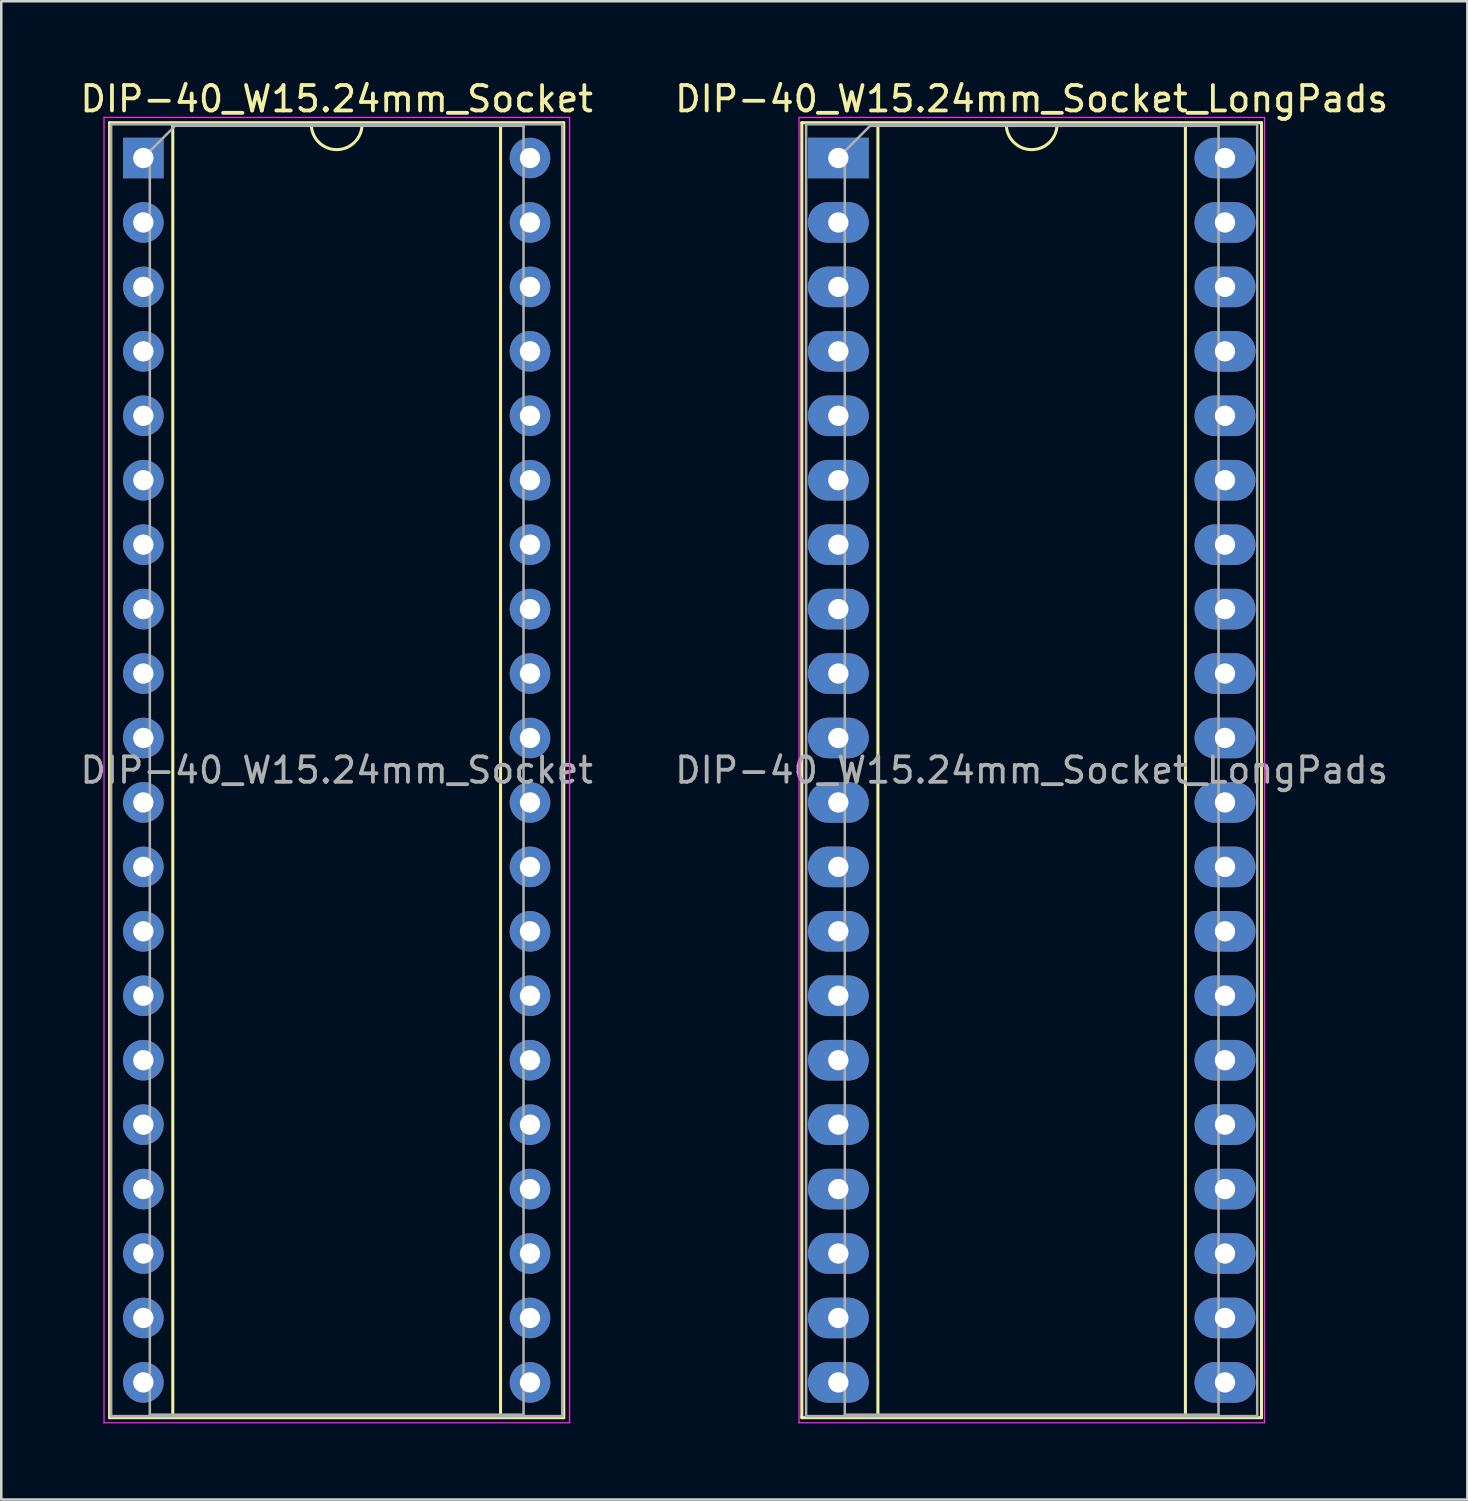
<source format=kicad_pcb>
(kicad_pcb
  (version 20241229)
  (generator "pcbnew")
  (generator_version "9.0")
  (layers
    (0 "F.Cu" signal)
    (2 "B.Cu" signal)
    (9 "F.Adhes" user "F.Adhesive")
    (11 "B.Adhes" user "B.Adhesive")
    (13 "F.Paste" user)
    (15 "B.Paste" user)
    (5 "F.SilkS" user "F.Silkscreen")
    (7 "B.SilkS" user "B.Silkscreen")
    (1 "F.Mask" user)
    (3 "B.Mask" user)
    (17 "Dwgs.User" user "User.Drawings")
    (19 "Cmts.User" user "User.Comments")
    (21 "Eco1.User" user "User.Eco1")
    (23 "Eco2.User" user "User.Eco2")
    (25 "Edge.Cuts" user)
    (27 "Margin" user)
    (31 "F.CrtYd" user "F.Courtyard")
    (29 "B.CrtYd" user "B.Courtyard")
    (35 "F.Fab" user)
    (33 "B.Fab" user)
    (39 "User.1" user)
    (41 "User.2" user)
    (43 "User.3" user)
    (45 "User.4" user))
  (footprint "DIP-40_W15.24mm_Socket"
    (layer "F.Cu")
    (at 2.6 3.178)
    (property "Reference" "DIP-40_W15.24mm_Socket" (at 7.62 -2.33 0) (layer "F.SilkS") (effects (font (size 1 1) (thickness 0.15))))
    (attr through_hole)
    (fp_line (start -1.33 -1.39) (end -1.33 49.65) (stroke (width 0.12) (type solid)) (layer "F.SilkS"))
    (fp_line (start -1.33 49.65) (end 16.57 49.65) (stroke (width 0.12) (type solid)) (layer "F.SilkS"))
    (fp_line (start 1.16 -1.33) (end 1.16 49.59) (stroke (width 0.12) (type solid)) (layer "F.SilkS"))
    (fp_line (start 1.16 49.59) (end 14.08 49.59) (stroke (width 0.12) (type solid)) (layer "F.SilkS"))
    (fp_line (start 6.62 -1.33) (end 1.16 -1.33) (stroke (width 0.12) (type solid)) (layer "F.SilkS"))
    (fp_line (start 14.08 -1.33) (end 8.62 -1.33) (stroke (width 0.12) (type solid)) (layer "F.SilkS"))
    (fp_line (start 14.08 49.59) (end 14.08 -1.33) (stroke (width 0.12) (type solid)) (layer "F.SilkS"))
    (fp_line (start 16.57 -1.39) (end -1.33 -1.39) (stroke (width 0.12) (type solid)) (layer "F.SilkS"))
    (fp_line (start 16.57 49.65) (end 16.57 -1.39) (stroke (width 0.12) (type solid)) (layer "F.SilkS"))
    (fp_arc (start 8.62 -1.33) (mid 7.62 -0.33) (end 6.62 -1.33) (stroke (width 0.12) (type solid)) (layer "F.SilkS"))
    (fp_line (start -1.55 -1.6) (end -1.55 49.85) (stroke (width 0.05) (type solid)) (layer "F.CrtYd"))
    (fp_line (start -1.55 49.85) (end 16.8 49.85) (stroke (width 0.05) (type solid)) (layer "F.CrtYd"))
    (fp_line (start 16.8 -1.6) (end -1.55 -1.6) (stroke (width 0.05) (type solid)) (layer "F.CrtYd"))
    (fp_line (start 16.8 49.85) (end 16.8 -1.6) (stroke (width 0.05) (type solid)) (layer "F.CrtYd"))
    (fp_line (start -1.27 -1.33) (end -1.27 49.59) (stroke (width 0.1) (type solid)) (layer "F.Fab"))
    (fp_line (start -1.27 49.59) (end 16.51 49.59) (stroke (width 0.1) (type solid)) (layer "F.Fab"))
    (fp_line (start 0.255 -0.27) (end 1.255 -1.27) (stroke (width 0.1) (type solid)) (layer "F.Fab"))
    (fp_line (start 0.255 49.53) (end 0.255 -0.27) (stroke (width 0.1) (type solid)) (layer "F.Fab"))
    (fp_line (start 1.255 -1.27) (end 14.985 -1.27) (stroke (width 0.1) (type solid)) (layer "F.Fab"))
    (fp_line (start 14.985 -1.27) (end 14.985 49.53) (stroke (width 0.1) (type solid)) (layer "F.Fab"))
    (fp_line (start 14.985 49.53) (end 0.255 49.53) (stroke (width 0.1) (type solid)) (layer "F.Fab"))
    (fp_line (start 16.51 -1.33) (end -1.27 -1.33) (stroke (width 0.1) (type solid)) (layer "F.Fab"))
    (fp_line (start 16.51 49.59) (end 16.51 -1.33) (stroke (width 0.1) (type solid)) (layer "F.Fab"))
    (fp_text user "${REFERENCE}" (at 7.62 24.13 0) (layer "F.Fab") (effects (font (size 1 1) (thickness 0.15))))
    (pad "1" thru_hole rect (at 0 0) (size 1.6 1.6) (drill 0.8) (layers "*.Cu" "*.Mask"))
    (pad "2" thru_hole oval (at 0 2.54) (size 1.6 1.6) (drill 0.8) (layers "*.Cu" "*.Mask"))
    (pad "3" thru_hole oval (at 0 5.08) (size 1.6 1.6) (drill 0.8) (layers "*.Cu" "*.Mask"))
    (pad "4" thru_hole oval (at 0 7.62) (size 1.6 1.6) (drill 0.8) (layers "*.Cu" "*.Mask"))
    (pad "5" thru_hole oval (at 0 10.16) (size 1.6 1.6) (drill 0.8) (layers "*.Cu" "*.Mask"))
    (pad "6" thru_hole oval (at 0 12.7) (size 1.6 1.6) (drill 0.8) (layers "*.Cu" "*.Mask"))
    (pad "7" thru_hole oval (at 0 15.24) (size 1.6 1.6) (drill 0.8) (layers "*.Cu" "*.Mask"))
    (pad "8" thru_hole oval (at 0 17.78) (size 1.6 1.6) (drill 0.8) (layers "*.Cu" "*.Mask"))
    (pad "9" thru_hole oval (at 0 20.32) (size 1.6 1.6) (drill 0.8) (layers "*.Cu" "*.Mask"))
    (pad "10" thru_hole oval (at 0 22.86) (size 1.6 1.6) (drill 0.8) (layers "*.Cu" "*.Mask"))
    (pad "11" thru_hole oval (at 0 25.4) (size 1.6 1.6) (drill 0.8) (layers "*.Cu" "*.Mask"))
    (pad "12" thru_hole oval (at 0 27.94) (size 1.6 1.6) (drill 0.8) (layers "*.Cu" "*.Mask"))
    (pad "13" thru_hole oval (at 0 30.48) (size 1.6 1.6) (drill 0.8) (layers "*.Cu" "*.Mask"))
    (pad "14" thru_hole oval (at 0 33.02) (size 1.6 1.6) (drill 0.8) (layers "*.Cu" "*.Mask"))
    (pad "15" thru_hole oval (at 0 35.56) (size 1.6 1.6) (drill 0.8) (layers "*.Cu" "*.Mask"))
    (pad "16" thru_hole oval (at 0 38.1) (size 1.6 1.6) (drill 0.8) (layers "*.Cu" "*.Mask"))
    (pad "17" thru_hole oval (at 0 40.64) (size 1.6 1.6) (drill 0.8) (layers "*.Cu" "*.Mask"))
    (pad "18" thru_hole oval (at 0 43.18) (size 1.6 1.6) (drill 0.8) (layers "*.Cu" "*.Mask"))
    (pad "19" thru_hole oval (at 0 45.72) (size 1.6 1.6) (drill 0.8) (layers "*.Cu" "*.Mask"))
    (pad "20" thru_hole oval (at 0 48.26) (size 1.6 1.6) (drill 0.8) (layers "*.Cu" "*.Mask"))
    (pad "21" thru_hole oval (at 15.24 48.26) (size 1.6 1.6) (drill 0.8) (layers "*.Cu" "*.Mask"))
    (pad "22" thru_hole oval (at 15.24 45.72) (size 1.6 1.6) (drill 0.8) (layers "*.Cu" "*.Mask"))
    (pad "23" thru_hole oval (at 15.24 43.18) (size 1.6 1.6) (drill 0.8) (layers "*.Cu" "*.Mask"))
    (pad "24" thru_hole oval (at 15.24 40.64) (size 1.6 1.6) (drill 0.8) (layers "*.Cu" "*.Mask"))
    (pad "25" thru_hole oval (at 15.24 38.1) (size 1.6 1.6) (drill 0.8) (layers "*.Cu" "*.Mask"))
    (pad "26" thru_hole oval (at 15.24 35.56) (size 1.6 1.6) (drill 0.8) (layers "*.Cu" "*.Mask"))
    (pad "27" thru_hole oval (at 15.24 33.02) (size 1.6 1.6) (drill 0.8) (layers "*.Cu" "*.Mask"))
    (pad "28" thru_hole oval (at 15.24 30.48) (size 1.6 1.6) (drill 0.8) (layers "*.Cu" "*.Mask"))
    (pad "29" thru_hole oval (at 15.24 27.94) (size 1.6 1.6) (drill 0.8) (layers "*.Cu" "*.Mask"))
    (pad "30" thru_hole oval (at 15.24 25.4) (size 1.6 1.6) (drill 0.8) (layers "*.Cu" "*.Mask"))
    (pad "31" thru_hole oval (at 15.24 22.86) (size 1.6 1.6) (drill 0.8) (layers "*.Cu" "*.Mask"))
    (pad "32" thru_hole oval (at 15.24 20.32) (size 1.6 1.6) (drill 0.8) (layers "*.Cu" "*.Mask"))
    (pad "33" thru_hole oval (at 15.24 17.78) (size 1.6 1.6) (drill 0.8) (layers "*.Cu" "*.Mask"))
    (pad "34" thru_hole oval (at 15.24 15.24) (size 1.6 1.6) (drill 0.8) (layers "*.Cu" "*.Mask"))
    (pad "35" thru_hole oval (at 15.24 12.7) (size 1.6 1.6) (drill 0.8) (layers "*.Cu" "*.Mask"))
    (pad "36" thru_hole oval (at 15.24 10.16) (size 1.6 1.6) (drill 0.8) (layers "*.Cu" "*.Mask"))
    (pad "37" thru_hole oval (at 15.24 7.62) (size 1.6 1.6) (drill 0.8) (layers "*.Cu" "*.Mask"))
    (pad "38" thru_hole oval (at 15.24 5.08) (size 1.6 1.6) (drill 0.8) (layers "*.Cu" "*.Mask"))
    (pad "39" thru_hole oval (at 15.24 2.54) (size 1.6 1.6) (drill 0.8) (layers "*.Cu" "*.Mask"))
    (pad "40" thru_hole oval (at 15.24 0) (size 1.6 1.6) (drill 0.8) (layers "*.Cu" "*.Mask")))
  (footprint "DIP-40_W15.24mm_Socket_LongPads"
    (layer "F.Cu")
    (at 29.993 3.178)
    (property "Reference" "DIP-40_W15.24mm_Socket_LongPads" (at 7.62 -2.33 0) (layer "F.SilkS") (effects (font (size 1 1) (thickness 0.15))))
    (attr through_hole)
    (fp_line (start -1.44 -1.39) (end -1.44 49.65) (stroke (width 0.12) (type solid)) (layer "F.SilkS"))
    (fp_line (start -1.44 49.65) (end 16.68 49.65) (stroke (width 0.12) (type solid)) (layer "F.SilkS"))
    (fp_line (start 1.56 -1.33) (end 1.56 49.59) (stroke (width 0.12) (type solid)) (layer "F.SilkS"))
    (fp_line (start 1.56 49.59) (end 13.68 49.59) (stroke (width 0.12) (type solid)) (layer "F.SilkS"))
    (fp_line (start 6.62 -1.33) (end 1.56 -1.33) (stroke (width 0.12) (type solid)) (layer "F.SilkS"))
    (fp_line (start 13.68 -1.33) (end 8.62 -1.33) (stroke (width 0.12) (type solid)) (layer "F.SilkS"))
    (fp_line (start 13.68 49.59) (end 13.68 -1.33) (stroke (width 0.12) (type solid)) (layer "F.SilkS"))
    (fp_line (start 16.68 -1.39) (end -1.44 -1.39) (stroke (width 0.12) (type solid)) (layer "F.SilkS"))
    (fp_line (start 16.68 49.65) (end 16.68 -1.39) (stroke (width 0.12) (type solid)) (layer "F.SilkS"))
    (fp_arc (start 8.62 -1.33) (mid 7.62 -0.33) (end 6.62 -1.33) (stroke (width 0.12) (type solid)) (layer "F.SilkS"))
    (fp_line (start -1.55 -1.6) (end -1.55 49.85) (stroke (width 0.05) (type solid)) (layer "F.CrtYd"))
    (fp_line (start -1.55 49.85) (end 16.8 49.85) (stroke (width 0.05) (type solid)) (layer "F.CrtYd"))
    (fp_line (start 16.8 -1.6) (end -1.55 -1.6) (stroke (width 0.05) (type solid)) (layer "F.CrtYd"))
    (fp_line (start 16.8 49.85) (end 16.8 -1.6) (stroke (width 0.05) (type solid)) (layer "F.CrtYd"))
    (fp_line (start -1.27 -1.33) (end -1.27 49.59) (stroke (width 0.1) (type solid)) (layer "F.Fab"))
    (fp_line (start -1.27 49.59) (end 16.51 49.59) (stroke (width 0.1) (type solid)) (layer "F.Fab"))
    (fp_line (start 0.255 -0.27) (end 1.255 -1.27) (stroke (width 0.1) (type solid)) (layer "F.Fab"))
    (fp_line (start 0.255 49.53) (end 0.255 -0.27) (stroke (width 0.1) (type solid)) (layer "F.Fab"))
    (fp_line (start 1.255 -1.27) (end 14.985 -1.27) (stroke (width 0.1) (type solid)) (layer "F.Fab"))
    (fp_line (start 14.985 -1.27) (end 14.985 49.53) (stroke (width 0.1) (type solid)) (layer "F.Fab"))
    (fp_line (start 14.985 49.53) (end 0.255 49.53) (stroke (width 0.1) (type solid)) (layer "F.Fab"))
    (fp_line (start 16.51 -1.33) (end -1.27 -1.33) (stroke (width 0.1) (type solid)) (layer "F.Fab"))
    (fp_line (start 16.51 49.59) (end 16.51 -1.33) (stroke (width 0.1) (type solid)) (layer "F.Fab"))
    (fp_text user "${REFERENCE}" (at 7.62 24.13 0) (layer "F.Fab") (effects (font (size 1 1) (thickness 0.15))))
    (pad "1" thru_hole rect (at 0 0) (size 2.4 1.6) (drill 0.8) (layers "*.Cu" "*.Mask"))
    (pad "2" thru_hole oval (at 0 2.54) (size 2.4 1.6) (drill 0.8) (layers "*.Cu" "*.Mask"))
    (pad "3" thru_hole oval (at 0 5.08) (size 2.4 1.6) (drill 0.8) (layers "*.Cu" "*.Mask"))
    (pad "4" thru_hole oval (at 0 7.62) (size 2.4 1.6) (drill 0.8) (layers "*.Cu" "*.Mask"))
    (pad "5" thru_hole oval (at 0 10.16) (size 2.4 1.6) (drill 0.8) (layers "*.Cu" "*.Mask"))
    (pad "6" thru_hole oval (at 0 12.7) (size 2.4 1.6) (drill 0.8) (layers "*.Cu" "*.Mask"))
    (pad "7" thru_hole oval (at 0 15.24) (size 2.4 1.6) (drill 0.8) (layers "*.Cu" "*.Mask"))
    (pad "8" thru_hole oval (at 0 17.78) (size 2.4 1.6) (drill 0.8) (layers "*.Cu" "*.Mask"))
    (pad "9" thru_hole oval (at 0 20.32) (size 2.4 1.6) (drill 0.8) (layers "*.Cu" "*.Mask"))
    (pad "10" thru_hole oval (at 0 22.86) (size 2.4 1.6) (drill 0.8) (layers "*.Cu" "*.Mask"))
    (pad "11" thru_hole oval (at 0 25.4) (size 2.4 1.6) (drill 0.8) (layers "*.Cu" "*.Mask"))
    (pad "12" thru_hole oval (at 0 27.94) (size 2.4 1.6) (drill 0.8) (layers "*.Cu" "*.Mask"))
    (pad "13" thru_hole oval (at 0 30.48) (size 2.4 1.6) (drill 0.8) (layers "*.Cu" "*.Mask"))
    (pad "14" thru_hole oval (at 0 33.02) (size 2.4 1.6) (drill 0.8) (layers "*.Cu" "*.Mask"))
    (pad "15" thru_hole oval (at 0 35.56) (size 2.4 1.6) (drill 0.8) (layers "*.Cu" "*.Mask"))
    (pad "16" thru_hole oval (at 0 38.1) (size 2.4 1.6) (drill 0.8) (layers "*.Cu" "*.Mask"))
    (pad "17" thru_hole oval (at 0 40.64) (size 2.4 1.6) (drill 0.8) (layers "*.Cu" "*.Mask"))
    (pad "18" thru_hole oval (at 0 43.18) (size 2.4 1.6) (drill 0.8) (layers "*.Cu" "*.Mask"))
    (pad "19" thru_hole oval (at 0 45.72) (size 2.4 1.6) (drill 0.8) (layers "*.Cu" "*.Mask"))
    (pad "20" thru_hole oval (at 0 48.26) (size 2.4 1.6) (drill 0.8) (layers "*.Cu" "*.Mask"))
    (pad "21" thru_hole oval (at 15.24 48.26) (size 2.4 1.6) (drill 0.8) (layers "*.Cu" "*.Mask"))
    (pad "22" thru_hole oval (at 15.24 45.72) (size 2.4 1.6) (drill 0.8) (layers "*.Cu" "*.Mask"))
    (pad "23" thru_hole oval (at 15.24 43.18) (size 2.4 1.6) (drill 0.8) (layers "*.Cu" "*.Mask"))
    (pad "24" thru_hole oval (at 15.24 40.64) (size 2.4 1.6) (drill 0.8) (layers "*.Cu" "*.Mask"))
    (pad "25" thru_hole oval (at 15.24 38.1) (size 2.4 1.6) (drill 0.8) (layers "*.Cu" "*.Mask"))
    (pad "26" thru_hole oval (at 15.24 35.56) (size 2.4 1.6) (drill 0.8) (layers "*.Cu" "*.Mask"))
    (pad "27" thru_hole oval (at 15.24 33.02) (size 2.4 1.6) (drill 0.8) (layers "*.Cu" "*.Mask"))
    (pad "28" thru_hole oval (at 15.24 30.48) (size 2.4 1.6) (drill 0.8) (layers "*.Cu" "*.Mask"))
    (pad "29" thru_hole oval (at 15.24 27.94) (size 2.4 1.6) (drill 0.8) (layers "*.Cu" "*.Mask"))
    (pad "30" thru_hole oval (at 15.24 25.4) (size 2.4 1.6) (drill 0.8) (layers "*.Cu" "*.Mask"))
    (pad "31" thru_hole oval (at 15.24 22.86) (size 2.4 1.6) (drill 0.8) (layers "*.Cu" "*.Mask"))
    (pad "32" thru_hole oval (at 15.24 20.32) (size 2.4 1.6) (drill 0.8) (layers "*.Cu" "*.Mask"))
    (pad "33" thru_hole oval (at 15.24 17.78) (size 2.4 1.6) (drill 0.8) (layers "*.Cu" "*.Mask"))
    (pad "34" thru_hole oval (at 15.24 15.24) (size 2.4 1.6) (drill 0.8) (layers "*.Cu" "*.Mask"))
    (pad "35" thru_hole oval (at 15.24 12.7) (size 2.4 1.6) (drill 0.8) (layers "*.Cu" "*.Mask"))
    (pad "36" thru_hole oval (at 15.24 10.16) (size 2.4 1.6) (drill 0.8) (layers "*.Cu" "*.Mask"))
    (pad "37" thru_hole oval (at 15.24 7.62) (size 2.4 1.6) (drill 0.8) (layers "*.Cu" "*.Mask"))
    (pad "38" thru_hole oval (at 15.24 5.08) (size 2.4 1.6) (drill 0.8) (layers "*.Cu" "*.Mask"))
    (pad "39" thru_hole oval (at 15.24 2.54) (size 2.4 1.6) (drill 0.8) (layers "*.Cu" "*.Mask"))
    (pad "40" thru_hole oval (at 15.24 0) (size 2.4 1.6) (drill 0.8) (layers "*.Cu" "*.Mask")))
  (gr_rect
    (start -3 -3)
    (end 54.786 56.053)
    (stroke (width 0.1) (type default))
    (fill no)
    (layer "Edge.Cuts")))
</source>
